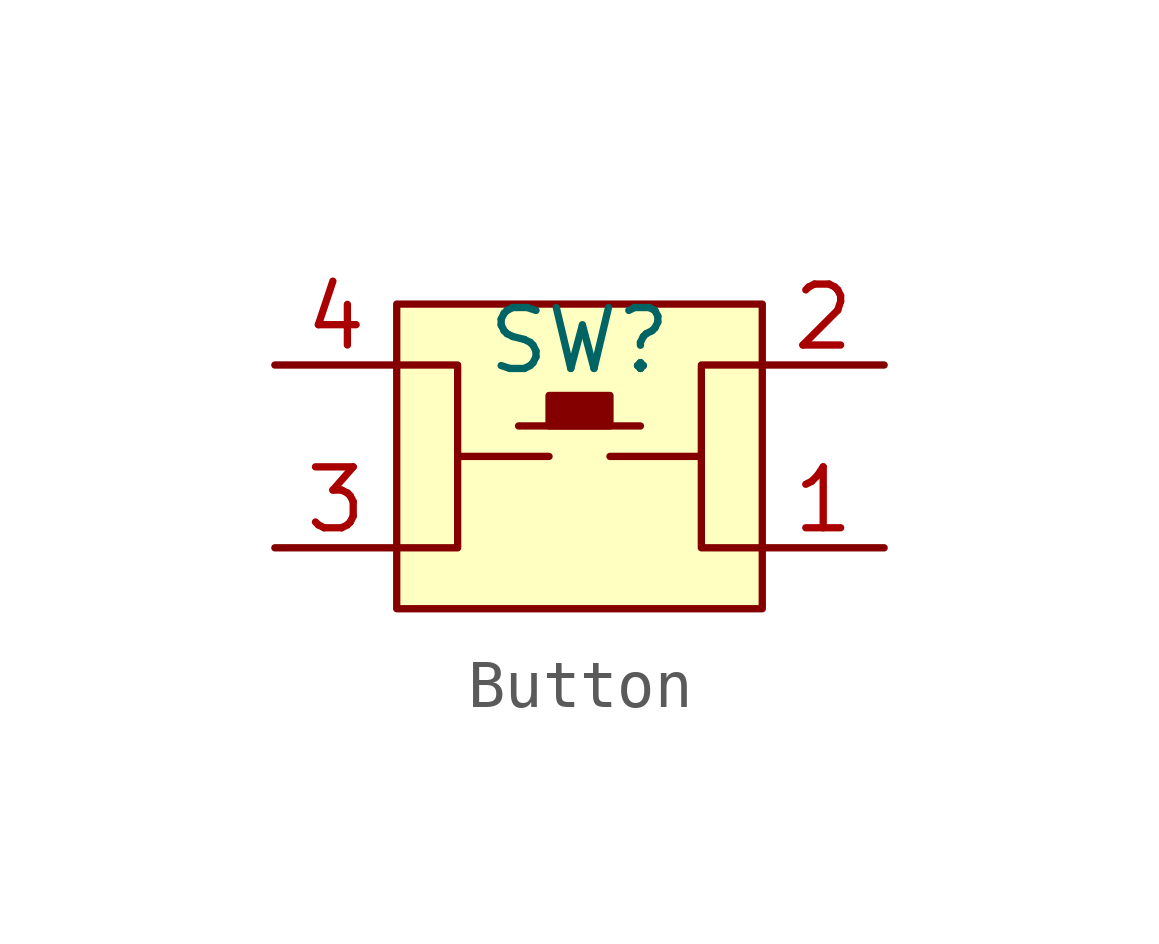
<source format=kicad_sym>
(kicad_symbol_lib
  (version 20241209)
  (generator "kicad_symbol_editor")
  (generator_version "9.0")
  (symbol "Button"
    (property "Reference" "SW"
      (at 0 -2.032 0)
      (effects (font (size 1.27 1.27))))
    (property "Value" ""
      (at 0 0 0)
      (effects (font (size 1.27 1.27))))
    (symbol "Button_1_1"
      (rectangle (start -3.81 -1.27) (end 3.81 -7.62) (stroke (width 0) (type solid)) (fill (type background)))
      (polyline (pts (xy -3.81 -2.54) (xy -2.54 -2.54) (xy -2.54 -6.35) (xy -3.81 -6.35)) (stroke (width 0) (type solid)) (fill (type none)))
      (polyline (pts (xy -2.54 -4.445) (xy -0.635 -4.445)) (stroke (width 0) (type solid)) (fill (type none)))
      (polyline (pts (xy -1.27 -3.81) (xy 1.27 -3.81)) (stroke (width 0) (type solid)) (fill (type none)))
      (rectangle (start -0.635 -3.175) (end 0.635 -3.81) (stroke (width 0) (type solid)) (fill (type outline)))
      (polyline (pts (xy 2.54 -4.445) (xy 0.635 -4.445)) (stroke (width 0) (type solid)) (fill (type none)))
      (polyline (pts (xy 3.81 -2.54) (xy 2.54 -2.54) (xy 2.54 -6.35) (xy 3.81 -6.35)) (stroke (width 0) (type solid)) (fill (type none)))
      (pin input line (at -6.35 -2.54 0) (length 2.54) (name "" (effects (font (size 1.27 1.27)))) (number "4" (effects (font (size 1.27 1.27)))))
      (pin input line (at -6.35 -6.35 0) (length 2.54) (name "" (effects (font (size 1.27 1.27)))) (number "3" (effects (font (size 1.27 1.27)))))
      (pin input line (at 6.35 -2.54 180) (length 2.54) (name "" (effects (font (size 1.27 1.27)))) (number "2" (effects (font (size 1.27 1.27)))))
      (pin input line (at 6.35 -6.35 180) (length 2.54) (name "" (effects (font (size 1.27 1.27)))) (number "1" (effects (font (size 1.27 1.27))))))))
</source>
